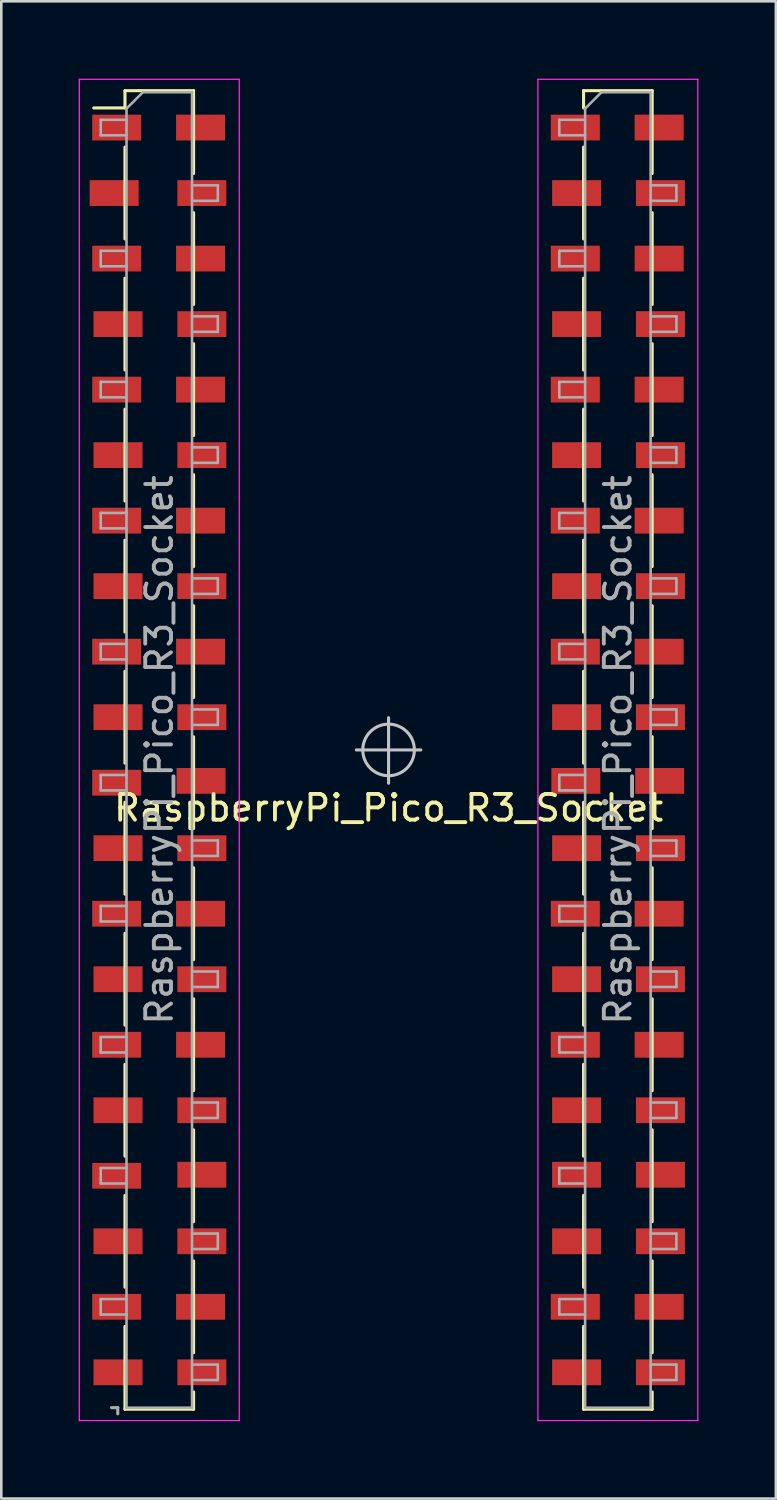
<source format=kicad_pcb>
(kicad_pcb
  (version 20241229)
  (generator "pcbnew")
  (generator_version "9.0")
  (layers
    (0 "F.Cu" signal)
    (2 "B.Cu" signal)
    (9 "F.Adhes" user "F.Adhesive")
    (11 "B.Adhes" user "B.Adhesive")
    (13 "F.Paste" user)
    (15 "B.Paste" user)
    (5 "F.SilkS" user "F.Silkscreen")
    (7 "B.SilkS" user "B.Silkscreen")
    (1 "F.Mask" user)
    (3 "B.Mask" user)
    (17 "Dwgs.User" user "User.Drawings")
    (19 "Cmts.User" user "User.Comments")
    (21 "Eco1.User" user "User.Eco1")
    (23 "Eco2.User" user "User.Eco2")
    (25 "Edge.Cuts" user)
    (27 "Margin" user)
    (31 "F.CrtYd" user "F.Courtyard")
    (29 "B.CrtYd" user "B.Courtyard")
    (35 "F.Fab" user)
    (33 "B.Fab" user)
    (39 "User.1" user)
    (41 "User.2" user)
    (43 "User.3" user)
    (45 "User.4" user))
  (footprint "RaspberryPi_Pico_R3_Socket"
    (layer "F.Cu")
    (at 12.015 26.025)
    (property "Reference" "RaspberryPi_Pico_R3_Socket" (at 0 2.25 0) (layer "F.SilkS") (effects (font (size 1 1) (thickness 0.15))))
    (attr smd)
    (fp_line (start -11.43 -24.89) (end -10.22 -24.89) (stroke (width 0.12) (type solid)) (layer "F.SilkS"))
    (fp_line (start -10.22 -25.56) (end -10.22 -24.89) (stroke (width 0.12) (type solid)) (layer "F.SilkS"))
    (fp_line (start -10.22 -25.56) (end -7.56 -25.56) (stroke (width 0.12) (type solid)) (layer "F.SilkS"))
    (fp_line (start -10.22 -23.37) (end -10.22 -19.81) (stroke (width 0.12) (type solid)) (layer "F.SilkS"))
    (fp_line (start -10.22 -18.29) (end -10.22 -14.73) (stroke (width 0.12) (type solid)) (layer "F.SilkS"))
    (fp_line (start -10.22 -13.21) (end -10.22 -9.65) (stroke (width 0.12) (type solid)) (layer "F.SilkS"))
    (fp_line (start -10.22 -8.13) (end -10.22 -4.57) (stroke (width 0.12) (type solid)) (layer "F.SilkS"))
    (fp_line (start -10.22 -3.05) (end -10.22 0.51) (stroke (width 0.12) (type solid)) (layer "F.SilkS"))
    (fp_line (start -10.22 2.03) (end -10.22 5.59) (stroke (width 0.12) (type solid)) (layer "F.SilkS"))
    (fp_line (start -10.22 7.11) (end -10.22 10.67) (stroke (width 0.12) (type solid)) (layer "F.SilkS"))
    (fp_line (start -10.22 12.19) (end -10.22 15.75) (stroke (width 0.12) (type solid)) (layer "F.SilkS"))
    (fp_line (start -10.22 17.27) (end -10.22 20.83) (stroke (width 0.12) (type solid)) (layer "F.SilkS"))
    (fp_line (start -10.22 22.35) (end -10.22 25.56) (stroke (width 0.12) (type solid)) (layer "F.SilkS"))
    (fp_line (start -10.22 25.56) (end -7.56 25.56) (stroke (width 0.12) (type solid)) (layer "F.SilkS"))
    (fp_line (start -7.56 -25.56) (end -7.56 -22.35) (stroke (width 0.12) (type solid)) (layer "F.SilkS"))
    (fp_line (start -7.56 -20.83) (end -7.56 -17.27) (stroke (width 0.12) (type solid)) (layer "F.SilkS"))
    (fp_line (start -7.56 -15.75) (end -7.56 -12.19) (stroke (width 0.12) (type solid)) (layer "F.SilkS"))
    (fp_line (start -7.56 -10.67) (end -7.56 -7.11) (stroke (width 0.12) (type solid)) (layer "F.SilkS"))
    (fp_line (start -7.56 -5.59) (end -7.56 -2.03) (stroke (width 0.12) (type solid)) (layer "F.SilkS"))
    (fp_line (start -7.56 -0.51) (end -7.56 3.05) (stroke (width 0.12) (type solid)) (layer "F.SilkS"))
    (fp_line (start -7.56 4.57) (end -7.56 8.13) (stroke (width 0.12) (type solid)) (layer "F.SilkS"))
    (fp_line (start -7.56 9.65) (end -7.56 13.21) (stroke (width 0.12) (type solid)) (layer "F.SilkS"))
    (fp_line (start -7.56 14.73) (end -7.56 18.29) (stroke (width 0.12) (type solid)) (layer "F.SilkS"))
    (fp_line (start -7.56 19.81) (end -7.56 23.37) (stroke (width 0.12) (type solid)) (layer "F.SilkS"))
    (fp_line (start -7.56 24.89) (end -7.56 25.56) (stroke (width 0.12) (type solid)) (layer "F.SilkS"))
    (fp_line (start 7.56 -25.56) (end 7.56 -24.89) (stroke (width 0.12) (type solid)) (layer "F.SilkS"))
    (fp_line (start 7.56 -25.56) (end 10.22 -25.56) (stroke (width 0.12) (type solid)) (layer "F.SilkS"))
    (fp_line (start 7.56 -23.37) (end 7.56 -19.81) (stroke (width 0.12) (type solid)) (layer "F.SilkS"))
    (fp_line (start 7.56 -18.29) (end 7.56 -14.73) (stroke (width 0.12) (type solid)) (layer "F.SilkS"))
    (fp_line (start 7.56 -13.21) (end 7.56 -9.65) (stroke (width 0.12) (type solid)) (layer "F.SilkS"))
    (fp_line (start 7.56 -8.13) (end 7.56 -4.57) (stroke (width 0.12) (type solid)) (layer "F.SilkS"))
    (fp_line (start 7.56 -3.05) (end 7.56 0.51) (stroke (width 0.12) (type solid)) (layer "F.SilkS"))
    (fp_line (start 7.56 2.03) (end 7.56 5.59) (stroke (width 0.12) (type solid)) (layer "F.SilkS"))
    (fp_line (start 7.56 7.11) (end 7.56 10.67) (stroke (width 0.12) (type solid)) (layer "F.SilkS"))
    (fp_line (start 7.56 12.19) (end 7.56 15.75) (stroke (width 0.12) (type solid)) (layer "F.SilkS"))
    (fp_line (start 7.56 17.27) (end 7.56 20.83) (stroke (width 0.12) (type solid)) (layer "F.SilkS"))
    (fp_line (start 7.56 22.35) (end 7.56 25.56) (stroke (width 0.12) (type solid)) (layer "F.SilkS"))
    (fp_line (start 7.56 25.56) (end 10.22 25.56) (stroke (width 0.12) (type solid)) (layer "F.SilkS"))
    (fp_line (start 10.22 -25.56) (end 10.22 -22.35) (stroke (width 0.12) (type solid)) (layer "F.SilkS"))
    (fp_line (start 10.22 -20.83) (end 10.22 -17.27) (stroke (width 0.12) (type solid)) (layer "F.SilkS"))
    (fp_line (start 10.22 -15.75) (end 10.22 -12.19) (stroke (width 0.12) (type solid)) (layer "F.SilkS"))
    (fp_line (start 10.22 -10.67) (end 10.22 -7.11) (stroke (width 0.12) (type solid)) (layer "F.SilkS"))
    (fp_line (start 10.22 -5.59) (end 10.22 -2.03) (stroke (width 0.12) (type solid)) (layer "F.SilkS"))
    (fp_line (start 10.22 -0.51) (end 10.22 3.05) (stroke (width 0.12) (type solid)) (layer "F.SilkS"))
    (fp_line (start 10.22 4.57) (end 10.22 8.13) (stroke (width 0.12) (type solid)) (layer "F.SilkS"))
    (fp_line (start 10.22 9.65) (end 10.22 13.21) (stroke (width 0.12) (type solid)) (layer "F.SilkS"))
    (fp_line (start 10.22 14.73) (end 10.22 18.29) (stroke (width 0.12) (type solid)) (layer "F.SilkS"))
    (fp_line (start 10.22 19.81) (end 10.22 23.37) (stroke (width 0.12) (type solid)) (layer "F.SilkS"))
    (fp_line (start 10.22 24.89) (end 10.22 25.56) (stroke (width 0.12) (type solid)) (layer "F.SilkS"))
    (fp_line (start 0 0) (end -1.25 0) (stroke (width 0.12) (type solid)) (layer "Dwgs.User"))
    (fp_line (start 0 0) (end 0 -1.25) (stroke (width 0.12) (type solid)) (layer "Dwgs.User"))
    (fp_line (start 0 0) (end 0 1.29) (stroke (width 0.12) (type solid)) (layer "Dwgs.User"))
    (fp_line (start 0 0) (end 1.25 0) (stroke (width 0.12) (type solid)) (layer "Dwgs.User"))
    (fp_circle (center 0 0) (end 1 0) (stroke (width 0.12) (type solid)) (fill no) (layer "Dwgs.User"))
    (fp_line (start -11.99 -26) (end -5.79 -26) (stroke (width 0.05) (type solid)) (layer "F.CrtYd"))
    (fp_line (start -11.99 26) (end -11.99 -26) (stroke (width 0.05) (type solid)) (layer "F.CrtYd"))
    (fp_line (start -5.79 -26) (end -5.79 26) (stroke (width 0.05) (type solid)) (layer "F.CrtYd"))
    (fp_line (start -5.79 26) (end -11.99 26) (stroke (width 0.05) (type solid)) (layer "F.CrtYd"))
    (fp_line (start 5.79 -26) (end 11.99 -26) (stroke (width 0.05) (type solid)) (layer "F.CrtYd"))
    (fp_line (start 5.79 26) (end 5.79 -26) (stroke (width 0.05) (type solid)) (layer "F.CrtYd"))
    (fp_line (start 11.99 -26) (end 11.99 26) (stroke (width 0.05) (type solid)) (layer "F.CrtYd"))
    (fp_line (start 11.99 26) (end 5.79 26) (stroke (width 0.05) (type solid)) (layer "F.CrtYd"))
    (fp_line (start -11.16 -24.43) (end -10.16 -24.43) (stroke (width 0.1) (type solid)) (layer "F.Fab"))
    (fp_line (start -11.16 -23.83) (end -11.16 -24.43) (stroke (width 0.1) (type solid)) (layer "F.Fab"))
    (fp_line (start -11.16 -19.35) (end -10.16 -19.35) (stroke (width 0.1) (type solid)) (layer "F.Fab"))
    (fp_line (start -11.16 -18.75) (end -11.16 -19.35) (stroke (width 0.1) (type solid)) (layer "F.Fab"))
    (fp_line (start -11.16 -14.27) (end -10.16 -14.27) (stroke (width 0.1) (type solid)) (layer "F.Fab"))
    (fp_line (start -11.16 -13.67) (end -11.16 -14.27) (stroke (width 0.1) (type solid)) (layer "F.Fab"))
    (fp_line (start -11.16 -9.19) (end -10.16 -9.19) (stroke (width 0.1) (type solid)) (layer "F.Fab"))
    (fp_line (start -11.16 -8.59) (end -11.16 -9.19) (stroke (width 0.1) (type solid)) (layer "F.Fab"))
    (fp_line (start -11.16 -4.11) (end -10.16 -4.11) (stroke (width 0.1) (type solid)) (layer "F.Fab"))
    (fp_line (start -11.16 -3.51) (end -11.16 -4.11) (stroke (width 0.1) (type solid)) (layer "F.Fab"))
    (fp_line (start -11.16 0.97) (end -10.16 0.97) (stroke (width 0.1) (type solid)) (layer "F.Fab"))
    (fp_line (start -11.16 1.57) (end -11.16 0.97) (stroke (width 0.1) (type solid)) (layer "F.Fab"))
    (fp_line (start -11.16 6.05) (end -10.16 6.05) (stroke (width 0.1) (type solid)) (layer "F.Fab"))
    (fp_line (start -11.16 6.65) (end -11.16 6.05) (stroke (width 0.1) (type solid)) (layer "F.Fab"))
    (fp_line (start -11.16 11.13) (end -10.16 11.13) (stroke (width 0.1) (type solid)) (layer "F.Fab"))
    (fp_line (start -11.16 11.73) (end -11.16 11.13) (stroke (width 0.1) (type solid)) (layer "F.Fab"))
    (fp_line (start -11.16 16.21) (end -10.16 16.21) (stroke (width 0.1) (type solid)) (layer "F.Fab"))
    (fp_line (start -11.16 16.81) (end -11.16 16.21) (stroke (width 0.1) (type solid)) (layer "F.Fab"))
    (fp_line (start -11.16 21.29) (end -10.16 21.29) (stroke (width 0.1) (type solid)) (layer "F.Fab"))
    (fp_line (start -11.16 21.89) (end -11.16 21.29) (stroke (width 0.1) (type solid)) (layer "F.Fab"))
    (fp_line (start -10.5 25.5) (end -10.74 25.5) (stroke (width 0.12) (type solid)) (layer "F.Fab"))
    (fp_line (start -10.5 25.5) (end -10.5 25.74) (stroke (width 0.12) (type solid)) (layer "F.Fab"))
    (fp_line (start -10.16 -24.865) (end -9.525 -25.5) (stroke (width 0.1) (type solid)) (layer "F.Fab"))
    (fp_line (start -10.16 -23.83) (end -11.16 -23.83) (stroke (width 0.1) (type solid)) (layer "F.Fab"))
    (fp_line (start -10.16 -18.75) (end -11.16 -18.75) (stroke (width 0.1) (type solid)) (layer "F.Fab"))
    (fp_line (start -10.16 -13.67) (end -11.16 -13.67) (stroke (width 0.1) (type solid)) (layer "F.Fab"))
    (fp_line (start -10.16 -8.59) (end -11.16 -8.59) (stroke (width 0.1) (type solid)) (layer "F.Fab"))
    (fp_line (start -10.16 -3.51) (end -11.16 -3.51) (stroke (width 0.1) (type solid)) (layer "F.Fab"))
    (fp_line (start -10.16 1.57) (end -11.16 1.57) (stroke (width 0.1) (type solid)) (layer "F.Fab"))
    (fp_line (start -10.16 6.65) (end -11.16 6.65) (stroke (width 0.1) (type solid)) (layer "F.Fab"))
    (fp_line (start -10.16 11.73) (end -11.16 11.73) (stroke (width 0.1) (type solid)) (layer "F.Fab"))
    (fp_line (start -10.16 16.81) (end -11.16 16.81) (stroke (width 0.1) (type solid)) (layer "F.Fab"))
    (fp_line (start -10.16 21.89) (end -11.16 21.89) (stroke (width 0.1) (type solid)) (layer "F.Fab"))
    (fp_line (start -10.16 25.5) (end -10.16 -24.865) (stroke (width 0.1) (type solid)) (layer "F.Fab"))
    (fp_line (start -9.525 -25.5) (end -7.62 -25.5) (stroke (width 0.1) (type solid)) (layer "F.Fab"))
    (fp_line (start -7.62 -25.5) (end -7.62 25.5) (stroke (width 0.1) (type solid)) (layer "F.Fab"))
    (fp_line (start -7.62 -21.89) (end -6.62 -21.89) (stroke (width 0.1) (type solid)) (layer "F.Fab"))
    (fp_line (start -7.62 -16.81) (end -6.62 -16.81) (stroke (width 0.1) (type solid)) (layer "F.Fab"))
    (fp_line (start -7.62 -11.73) (end -6.62 -11.73) (stroke (width 0.1) (type solid)) (layer "F.Fab"))
    (fp_line (start -7.62 -6.65) (end -6.62 -6.65) (stroke (width 0.1) (type solid)) (layer "F.Fab"))
    (fp_line (start -7.62 -1.57) (end -6.62 -1.57) (stroke (width 0.1) (type solid)) (layer "F.Fab"))
    (fp_line (start -7.62 3.51) (end -6.62 3.51) (stroke (width 0.1) (type solid)) (layer "F.Fab"))
    (fp_line (start -7.62 8.59) (end -6.62 8.59) (stroke (width 0.1) (type solid)) (layer "F.Fab"))
    (fp_line (start -7.62 13.67) (end -6.62 13.67) (stroke (width 0.1) (type solid)) (layer "F.Fab"))
    (fp_line (start -7.62 18.75) (end -6.62 18.75) (stroke (width 0.1) (type solid)) (layer "F.Fab"))
    (fp_line (start -7.62 23.83) (end -6.62 23.83) (stroke (width 0.1) (type solid)) (layer "F.Fab"))
    (fp_line (start -7.62 25.5) (end -10.16 25.5) (stroke (width 0.1) (type solid)) (layer "F.Fab"))
    (fp_line (start -6.62 -21.89) (end -6.62 -21.29) (stroke (width 0.1) (type solid)) (layer "F.Fab"))
    (fp_line (start -6.62 -21.29) (end -7.62 -21.29) (stroke (width 0.1) (type solid)) (layer "F.Fab"))
    (fp_line (start -6.62 -16.81) (end -6.62 -16.21) (stroke (width 0.1) (type solid)) (layer "F.Fab"))
    (fp_line (start -6.62 -16.21) (end -7.62 -16.21) (stroke (width 0.1) (type solid)) (layer "F.Fab"))
    (fp_line (start -6.62 -11.73) (end -6.62 -11.13) (stroke (width 0.1) (type solid)) (layer "F.Fab"))
    (fp_line (start -6.62 -11.13) (end -7.62 -11.13) (stroke (width 0.1) (type solid)) (layer "F.Fab"))
    (fp_line (start -6.62 -6.65) (end -6.62 -6.05) (stroke (width 0.1) (type solid)) (layer "F.Fab"))
    (fp_line (start -6.62 -6.05) (end -7.62 -6.05) (stroke (width 0.1) (type solid)) (layer "F.Fab"))
    (fp_line (start -6.62 -1.57) (end -6.62 -0.97) (stroke (width 0.1) (type solid)) (layer "F.Fab"))
    (fp_line (start -6.62 -0.97) (end -7.62 -0.97) (stroke (width 0.1) (type solid)) (layer "F.Fab"))
    (fp_line (start -6.62 3.51) (end -6.62 4.11) (stroke (width 0.1) (type solid)) (layer "F.Fab"))
    (fp_line (start -6.62 4.11) (end -7.62 4.11) (stroke (width 0.1) (type solid)) (layer "F.Fab"))
    (fp_line (start -6.62 8.59) (end -6.62 9.19) (stroke (width 0.1) (type solid)) (layer "F.Fab"))
    (fp_line (start -6.62 9.19) (end -7.62 9.19) (stroke (width 0.1) (type solid)) (layer "F.Fab"))
    (fp_line (start -6.62 13.67) (end -6.62 14.27) (stroke (width 0.1) (type solid)) (layer "F.Fab"))
    (fp_line (start -6.62 14.27) (end -7.62 14.27) (stroke (width 0.1) (type solid)) (layer "F.Fab"))
    (fp_line (start -6.62 18.75) (end -6.62 19.35) (stroke (width 0.1) (type solid)) (layer "F.Fab"))
    (fp_line (start -6.62 19.35) (end -7.62 19.35) (stroke (width 0.1) (type solid)) (layer "F.Fab"))
    (fp_line (start -6.62 23.83) (end -6.62 24.43) (stroke (width 0.1) (type solid)) (layer "F.Fab"))
    (fp_line (start -6.62 24.43) (end -7.62 24.43) (stroke (width 0.1) (type solid)) (layer "F.Fab"))
    (fp_line (start 6.62 -24.43) (end 7.62 -24.43) (stroke (width 0.1) (type solid)) (layer "F.Fab"))
    (fp_line (start 6.62 -23.83) (end 6.62 -24.43) (stroke (width 0.1) (type solid)) (layer "F.Fab"))
    (fp_line (start 6.62 -19.35) (end 7.62 -19.35) (stroke (width 0.1) (type solid)) (layer "F.Fab"))
    (fp_line (start 6.62 -18.75) (end 6.62 -19.35) (stroke (width 0.1) (type solid)) (layer "F.Fab"))
    (fp_line (start 6.62 -14.27) (end 7.62 -14.27) (stroke (width 0.1) (type solid)) (layer "F.Fab"))
    (fp_line (start 6.62 -13.67) (end 6.62 -14.27) (stroke (width 0.1) (type solid)) (layer "F.Fab"))
    (fp_line (start 6.62 -9.19) (end 7.62 -9.19) (stroke (width 0.1) (type solid)) (layer "F.Fab"))
    (fp_line (start 6.62 -8.59) (end 6.62 -9.19) (stroke (width 0.1) (type solid)) (layer "F.Fab"))
    (fp_line (start 6.62 -4.11) (end 7.62 -4.11) (stroke (width 0.1) (type solid)) (layer "F.Fab"))
    (fp_line (start 6.62 -3.51) (end 6.62 -4.11) (stroke (width 0.1) (type solid)) (layer "F.Fab"))
    (fp_line (start 6.62 0.97) (end 7.62 0.97) (stroke (width 0.1) (type solid)) (layer "F.Fab"))
    (fp_line (start 6.62 1.57) (end 6.62 0.97) (stroke (width 0.1) (type solid)) (layer "F.Fab"))
    (fp_line (start 6.62 6.05) (end 7.62 6.05) (stroke (width 0.1) (type solid)) (layer "F.Fab"))
    (fp_line (start 6.62 6.65) (end 6.62 6.05) (stroke (width 0.1) (type solid)) (layer "F.Fab"))
    (fp_line (start 6.62 11.13) (end 7.62 11.13) (stroke (width 0.1) (type solid)) (layer "F.Fab"))
    (fp_line (start 6.62 11.73) (end 6.62 11.13) (stroke (width 0.1) (type solid)) (layer "F.Fab"))
    (fp_line (start 6.62 16.21) (end 7.62 16.21) (stroke (width 0.1) (type solid)) (layer "F.Fab"))
    (fp_line (start 6.62 16.81) (end 6.62 16.21) (stroke (width 0.1) (type solid)) (layer "F.Fab"))
    (fp_line (start 6.62 21.29) (end 7.62 21.29) (stroke (width 0.1) (type solid)) (layer "F.Fab"))
    (fp_line (start 6.62 21.89) (end 6.62 21.29) (stroke (width 0.1) (type solid)) (layer "F.Fab"))
    (fp_line (start 7.62 -24.865) (end 8.255 -25.5) (stroke (width 0.1) (type solid)) (layer "F.Fab"))
    (fp_line (start 7.62 -23.83) (end 6.62 -23.83) (stroke (width 0.1) (type solid)) (layer "F.Fab"))
    (fp_line (start 7.62 -18.75) (end 6.62 -18.75) (stroke (width 0.1) (type solid)) (layer "F.Fab"))
    (fp_line (start 7.62 -13.67) (end 6.62 -13.67) (stroke (width 0.1) (type solid)) (layer "F.Fab"))
    (fp_line (start 7.62 -8.59) (end 6.62 -8.59) (stroke (width 0.1) (type solid)) (layer "F.Fab"))
    (fp_line (start 7.62 -3.51) (end 6.62 -3.51) (stroke (width 0.1) (type solid)) (layer "F.Fab"))
    (fp_line (start 7.62 1.57) (end 6.62 1.57) (stroke (width 0.1) (type solid)) (layer "F.Fab"))
    (fp_line (start 7.62 6.65) (end 6.62 6.65) (stroke (width 0.1) (type solid)) (layer "F.Fab"))
    (fp_line (start 7.62 11.73) (end 6.62 11.73) (stroke (width 0.1) (type solid)) (layer "F.Fab"))
    (fp_line (start 7.62 16.81) (end 6.62 16.81) (stroke (width 0.1) (type solid)) (layer "F.Fab"))
    (fp_line (start 7.62 21.89) (end 6.62 21.89) (stroke (width 0.1) (type solid)) (layer "F.Fab"))
    (fp_line (start 7.62 25.5) (end 7.62 -24.865) (stroke (width 0.1) (type solid)) (layer "F.Fab"))
    (fp_line (start 8.255 -25.5) (end 10.16 -25.5) (stroke (width 0.1) (type solid)) (layer "F.Fab"))
    (fp_line (start 10.16 -25.5) (end 10.16 25.5) (stroke (width 0.1) (type solid)) (layer "F.Fab"))
    (fp_line (start 10.16 -21.89) (end 11.16 -21.89) (stroke (width 0.1) (type solid)) (layer "F.Fab"))
    (fp_line (start 10.16 -16.81) (end 11.16 -16.81) (stroke (width 0.1) (type solid)) (layer "F.Fab"))
    (fp_line (start 10.16 -11.73) (end 11.16 -11.73) (stroke (width 0.1) (type solid)) (layer "F.Fab"))
    (fp_line (start 10.16 -6.65) (end 11.16 -6.65) (stroke (width 0.1) (type solid)) (layer "F.Fab"))
    (fp_line (start 10.16 -1.57) (end 11.16 -1.57) (stroke (width 0.1) (type solid)) (layer "F.Fab"))
    (fp_line (start 10.16 3.51) (end 11.16 3.51) (stroke (width 0.1) (type solid)) (layer "F.Fab"))
    (fp_line (start 10.16 8.59) (end 11.16 8.59) (stroke (width 0.1) (type solid)) (layer "F.Fab"))
    (fp_line (start 10.16 13.67) (end 11.16 13.67) (stroke (width 0.1) (type solid)) (layer "F.Fab"))
    (fp_line (start 10.16 18.75) (end 11.16 18.75) (stroke (width 0.1) (type solid)) (layer "F.Fab"))
    (fp_line (start 10.16 23.83) (end 11.16 23.83) (stroke (width 0.1) (type solid)) (layer "F.Fab"))
    (fp_line (start 10.16 25.5) (end 7.62 25.5) (stroke (width 0.1) (type solid)) (layer "F.Fab"))
    (fp_line (start 11.16 -21.89) (end 11.16 -21.29) (stroke (width 0.1) (type solid)) (layer "F.Fab"))
    (fp_line (start 11.16 -21.29) (end 10.16 -21.29) (stroke (width 0.1) (type solid)) (layer "F.Fab"))
    (fp_line (start 11.16 -16.81) (end 11.16 -16.21) (stroke (width 0.1) (type solid)) (layer "F.Fab"))
    (fp_line (start 11.16 -16.21) (end 10.16 -16.21) (stroke (width 0.1) (type solid)) (layer "F.Fab"))
    (fp_line (start 11.16 -11.73) (end 11.16 -11.13) (stroke (width 0.1) (type solid)) (layer "F.Fab"))
    (fp_line (start 11.16 -11.13) (end 10.16 -11.13) (stroke (width 0.1) (type solid)) (layer "F.Fab"))
    (fp_line (start 11.16 -6.65) (end 11.16 -6.05) (stroke (width 0.1) (type solid)) (layer "F.Fab"))
    (fp_line (start 11.16 -6.05) (end 10.16 -6.05) (stroke (width 0.1) (type solid)) (layer "F.Fab"))
    (fp_line (start 11.16 -1.57) (end 11.16 -0.97) (stroke (width 0.1) (type solid)) (layer "F.Fab"))
    (fp_line (start 11.16 -0.97) (end 10.16 -0.97) (stroke (width 0.1) (type solid)) (layer "F.Fab"))
    (fp_line (start 11.16 3.51) (end 11.16 4.11) (stroke (width 0.1) (type solid)) (layer "F.Fab"))
    (fp_line (start 11.16 4.11) (end 10.16 4.11) (stroke (width 0.1) (type solid)) (layer "F.Fab"))
    (fp_line (start 11.16 8.59) (end 11.16 9.19) (stroke (width 0.1) (type solid)) (layer "F.Fab"))
    (fp_line (start 11.16 9.19) (end 10.16 9.19) (stroke (width 0.1) (type solid)) (layer "F.Fab"))
    (fp_line (start 11.16 13.67) (end 11.16 14.27) (stroke (width 0.1) (type solid)) (layer "F.Fab"))
    (fp_line (start 11.16 14.27) (end 10.16 14.27) (stroke (width 0.1) (type solid)) (layer "F.Fab"))
    (fp_line (start 11.16 18.75) (end 11.16 19.35) (stroke (width 0.1) (type solid)) (layer "F.Fab"))
    (fp_line (start 11.16 19.35) (end 10.16 19.35) (stroke (width 0.1) (type solid)) (layer "F.Fab"))
    (fp_line (start 11.16 23.83) (end 11.16 24.43) (stroke (width 0.1) (type solid)) (layer "F.Fab"))
    (fp_line (start 11.16 24.43) (end 10.16 24.43) (stroke (width 0.1) (type solid)) (layer "F.Fab"))
    (fp_text user "${REFERENCE}" (at 8.89 0 90) (layer "F.Fab") (effects (font (size 1 1) (thickness 0.15))))
    (fp_text user "${REFERENCE}" (at -8.89 0 90) (layer "F.Fab") (effects (font (size 1 1) (thickness 0.15))))
    (pad "1" smd rect (at -10.54 -24.13) (size 1.9 1) (layers "F.Cu" "F.Mask" "F.Paste"))
    (pad "1" smd rect (at -7.29 -24.13) (size 1.9 1) (layers "F.Cu" "F.Mask" "F.Paste"))
    (pad "2" smd rect (at -10.64 -21.59) (size 1.9 1) (layers "F.Cu" "F.Mask" "F.Paste"))
    (pad "2" smd rect (at -7.24 -21.59) (size 1.9 1) (layers "F.Cu" "F.Mask" "F.Paste"))
    (pad "3" smd rect (at -10.54 -19.05) (size 1.9 1) (layers "F.Cu" "F.Mask" "F.Paste"))
    (pad "3" smd rect (at -7.29 -19.05) (size 1.9 1) (layers "F.Cu" "F.Mask" "F.Paste"))
    (pad "4" smd rect (at -10.49 -16.51) (size 1.9 1) (layers "F.Cu" "F.Mask" "F.Paste"))
    (pad "4" smd rect (at -7.24 -16.51) (size 1.9 1) (layers "F.Cu" "F.Mask" "F.Paste"))
    (pad "5" smd rect (at -10.54 -13.97) (size 1.9 1) (layers "F.Cu" "F.Mask" "F.Paste"))
    (pad "5" smd rect (at -7.29 -13.97) (size 1.9 1) (layers "F.Cu" "F.Mask" "F.Paste"))
    (pad "6" smd rect (at -10.49 -11.43) (size 1.9 1) (layers "F.Cu" "F.Mask" "F.Paste"))
    (pad "6" smd rect (at -7.24 -11.43) (size 1.9 1) (layers "F.Cu" "F.Mask" "F.Paste"))
    (pad "7" smd rect (at -10.54 -8.89) (size 1.9 1) (layers "F.Cu" "F.Mask" "F.Paste"))
    (pad "7" smd rect (at -7.29 -8.89) (size 1.9 1) (layers "F.Cu" "F.Mask" "F.Paste"))
    (pad "8" smd rect (at -10.49 -6.35) (size 1.9 1) (layers "F.Cu" "F.Mask" "F.Paste"))
    (pad "8" smd rect (at -7.24 -6.35) (size 1.9 1) (layers "F.Cu" "F.Mask" "F.Paste"))
    (pad "9" smd rect (at -10.54 -3.81) (size 1.9 1) (layers "F.Cu" "F.Mask" "F.Paste"))
    (pad "9" smd rect (at -7.29 -3.81) (size 1.9 1) (layers "F.Cu" "F.Mask" "F.Paste"))
    (pad "10" smd rect (at -10.49 -1.27) (size 1.9 1) (layers "F.Cu" "F.Mask" "F.Paste"))
    (pad "10" smd rect (at -7.24 -1.27) (size 1.9 1) (layers "F.Cu" "F.Mask" "F.Paste"))
    (pad "11" smd rect (at -10.54 1.27) (size 1.9 1) (layers "F.Cu" "F.Mask" "F.Paste"))
    (pad "11" smd rect (at -7.27 1.2) (size 1.9 1) (layers "F.Cu" "F.Mask" "F.Paste"))
    (pad "12" smd rect (at -10.49 3.81) (size 1.9 1) (layers "F.Cu" "F.Mask" "F.Paste"))
    (pad "12" smd rect (at -7.24 3.81) (size 1.9 1) (layers "F.Cu" "F.Mask" "F.Paste"))
    (pad "13" smd rect (at -10.54 6.35) (size 1.9 1) (layers "F.Cu" "F.Mask" "F.Paste"))
    (pad "13" smd rect (at -7.29 6.35) (size 1.9 1) (layers "F.Cu" "F.Mask" "F.Paste"))
    (pad "14" smd rect (at -10.49 8.89) (size 1.9 1) (layers "F.Cu" "F.Mask" "F.Paste"))
    (pad "14" smd rect (at -7.24 8.89) (size 1.9 1) (layers "F.Cu" "F.Mask" "F.Paste"))
    (pad "15" smd rect (at -10.54 11.43) (size 1.9 1) (layers "F.Cu" "F.Mask" "F.Paste"))
    (pad "15" smd rect (at -7.29 11.43) (size 1.9 1) (layers "F.Cu" "F.Mask" "F.Paste"))
    (pad "16" smd rect (at -10.49 13.97) (size 1.9 1) (layers "F.Cu" "F.Mask" "F.Paste"))
    (pad "16" smd rect (at -7.24 13.97) (size 1.9 1) (layers "F.Cu" "F.Mask" "F.Paste"))
    (pad "17" smd rect (at -10.54 16.51) (size 1.9 1) (layers "F.Cu" "F.Mask" "F.Paste"))
    (pad "17" smd rect (at -7.24 16.47) (size 1.9 1) (layers "F.Cu" "F.Mask" "F.Paste"))
    (pad "18" smd rect (at -10.49 19.05) (size 1.9 1) (layers "F.Cu" "F.Mask" "F.Paste"))
    (pad "18" smd rect (at -7.24 19.05) (size 1.9 1) (layers "F.Cu" "F.Mask" "F.Paste"))
    (pad "19" smd rect (at -10.54 21.59) (size 1.9 1) (layers "F.Cu" "F.Mask" "F.Paste"))
    (pad "19" smd rect (at -7.29 21.59) (size 1.9 1) (layers "F.Cu" "F.Mask" "F.Paste"))
    (pad "20" smd rect (at -10.49 24.13) (size 1.9 1) (layers "F.Cu" "F.Mask" "F.Paste"))
    (pad "20" smd rect (at -7.24 24.13) (size 1.9 1) (layers "F.Cu" "F.Mask" "F.Paste"))
    (pad "21" smd rect (at 7.29 24.13) (size 1.9 1) (layers "F.Cu" "F.Mask" "F.Paste"))
    (pad "21" smd rect (at 10.54 24.13) (size 1.9 1) (layers "F.Cu" "F.Mask" "F.Paste"))
    (pad "22" smd rect (at 7.24 21.59) (size 1.9 1) (layers "F.Cu" "F.Mask" "F.Paste"))
    (pad "22" smd rect (at 10.49 21.59) (size 1.9 1) (layers "F.Cu" "F.Mask" "F.Paste"))
    (pad "23" smd rect (at 7.29 19.05) (size 1.9 1) (layers "F.Cu" "F.Mask" "F.Paste"))
    (pad "23" smd rect (at 10.54 19.05) (size 1.9 1) (layers "F.Cu" "F.Mask" "F.Paste"))
    (pad "24" smd rect (at 7.29 16.47) (size 1.9 1) (layers "F.Cu" "F.Mask" "F.Paste"))
    (pad "24" smd rect (at 10.54 16.47) (size 1.9 1) (layers "F.Cu" "F.Mask" "F.Paste"))
    (pad "25" smd rect (at 7.29 13.97) (size 1.9 1) (layers "F.Cu" "F.Mask" "F.Paste"))
    (pad "25" smd rect (at 10.54 13.97) (size 1.9 1) (layers "F.Cu" "F.Mask" "F.Paste"))
    (pad "26" smd rect (at 7.24 11.43) (size 1.9 1) (layers "F.Cu" "F.Mask" "F.Paste"))
    (pad "26" smd rect (at 10.49 11.43) (size 1.9 1) (layers "F.Cu" "F.Mask" "F.Paste"))
    (pad "27" smd rect (at 7.29 8.89) (size 1.9 1) (layers "F.Cu" "F.Mask" "F.Paste"))
    (pad "27" smd rect (at 10.54 8.89) (size 1.9 1) (layers "F.Cu" "F.Mask" "F.Paste"))
    (pad "28" smd rect (at 7.24 6.35) (size 1.9 1) (layers "F.Cu" "F.Mask" "F.Paste"))
    (pad "28" smd rect (at 10.49 6.35) (size 1.9 1) (layers "F.Cu" "F.Mask" "F.Paste"))
    (pad "29" smd rect (at 7.29 3.81) (size 1.9 1) (layers "F.Cu" "F.Mask" "F.Paste"))
    (pad "29" smd rect (at 10.54 3.81) (size 1.9 1) (layers "F.Cu" "F.Mask" "F.Paste"))
    (pad "30" smd rect (at 7.26 1.2) (size 1.9 1) (layers "F.Cu" "F.Mask" "F.Paste"))
    (pad "30" smd rect (at 10.51 1.2) (size 1.9 1) (layers "F.Cu" "F.Mask" "F.Paste"))
    (pad "31" smd rect (at 7.29 -1.27) (size 1.9 1) (layers "F.Cu" "F.Mask" "F.Paste"))
    (pad "31" smd rect (at 10.54 -1.27) (size 1.9 1) (layers "F.Cu" "F.Mask" "F.Paste"))
    (pad "32" smd rect (at 7.24 -3.81) (size 1.9 1) (layers "F.Cu" "F.Mask" "F.Paste"))
    (pad "32" smd rect (at 10.49 -3.81) (size 1.9 1) (layers "F.Cu" "F.Mask" "F.Paste"))
    (pad "33" smd rect (at 7.29 -6.35) (size 1.9 1) (layers "F.Cu" "F.Mask" "F.Paste"))
    (pad "33" smd rect (at 10.54 -6.35) (size 1.9 1) (layers "F.Cu" "F.Mask" "F.Paste"))
    (pad "34" smd rect (at 7.24 -8.89) (size 1.9 1) (layers "F.Cu" "F.Mask" "F.Paste"))
    (pad "34" smd rect (at 10.49 -8.89) (size 1.9 1) (layers "F.Cu" "F.Mask" "F.Paste"))
    (pad "35" smd rect (at 7.29 -11.43) (size 1.9 1) (layers "F.Cu" "F.Mask" "F.Paste"))
    (pad "35" smd rect (at 10.54 -11.43) (size 1.9 1) (layers "F.Cu" "F.Mask" "F.Paste"))
    (pad "36" smd rect (at 7.24 -13.97) (size 1.9 1) (layers "F.Cu" "F.Mask" "F.Paste"))
    (pad "36" smd rect (at 10.49 -13.97) (size 1.9 1) (layers "F.Cu" "F.Mask" "F.Paste"))
    (pad "37" smd rect (at 7.29 -16.51) (size 1.9 1) (layers "F.Cu" "F.Mask" "F.Paste"))
    (pad "37" smd rect (at 10.54 -16.51) (size 1.9 1) (layers "F.Cu" "F.Mask" "F.Paste"))
    (pad "38" smd rect (at 7.24 -19.05) (size 1.9 1) (layers "F.Cu" "F.Mask" "F.Paste"))
    (pad "38" smd rect (at 10.49 -19.05) (size 1.9 1) (layers "F.Cu" "F.Mask" "F.Paste"))
    (pad "39" smd rect (at 7.29 -21.59) (size 1.9 1) (layers "F.Cu" "F.Mask" "F.Paste"))
    (pad "39" smd rect (at 10.54 -21.59) (size 1.9 1) (layers "F.Cu" "F.Mask" "F.Paste"))
    (pad "40" smd rect (at 7.24 -24.13) (size 1.9 1) (layers "F.Cu" "F.Mask" "F.Paste"))
    (pad "40" smd rect (at 10.49 -24.13) (size 1.9 1) (layers "F.Cu" "F.Mask" "F.Paste")))
  (gr_rect
    (start -3 -3)
    (end 27.03 55.05)
    (stroke (width 0.1) (type default))
    (fill no)
    (layer "Edge.Cuts")))
</source>
